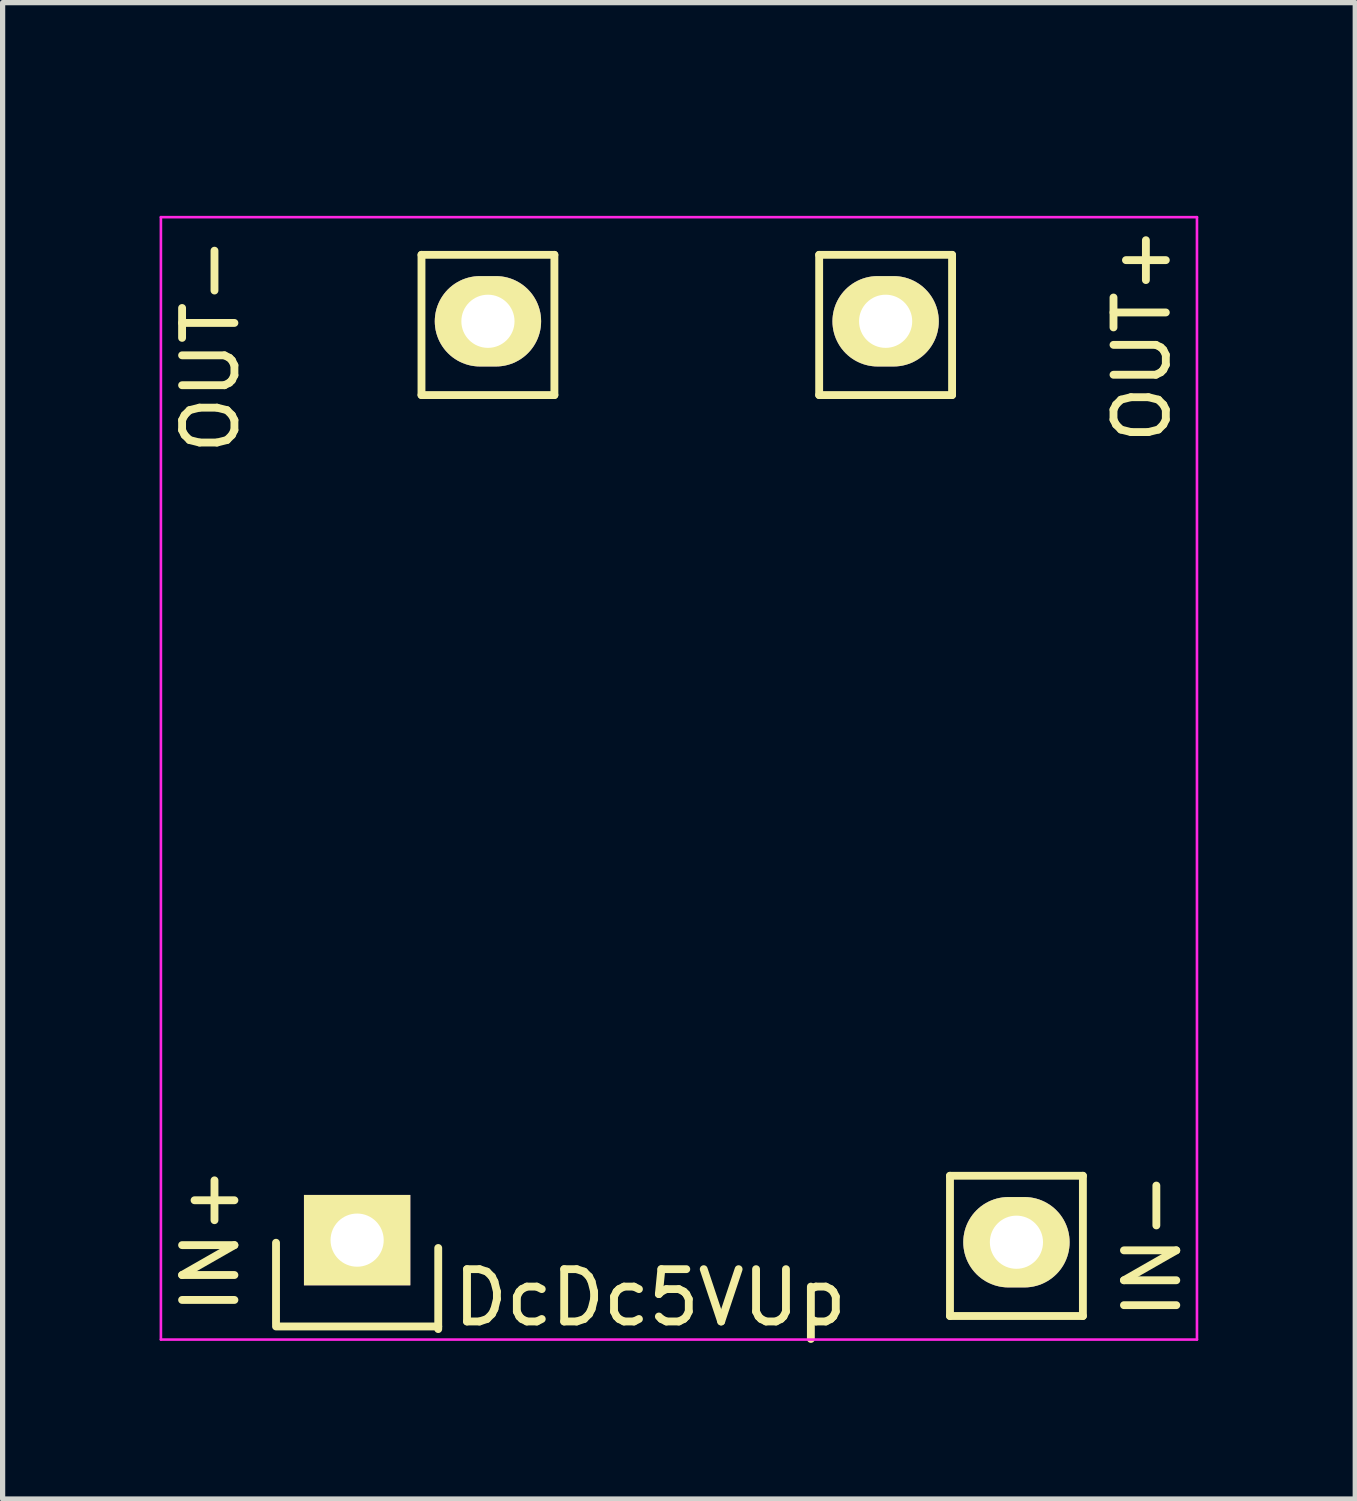
<source format=kicad_pcb>
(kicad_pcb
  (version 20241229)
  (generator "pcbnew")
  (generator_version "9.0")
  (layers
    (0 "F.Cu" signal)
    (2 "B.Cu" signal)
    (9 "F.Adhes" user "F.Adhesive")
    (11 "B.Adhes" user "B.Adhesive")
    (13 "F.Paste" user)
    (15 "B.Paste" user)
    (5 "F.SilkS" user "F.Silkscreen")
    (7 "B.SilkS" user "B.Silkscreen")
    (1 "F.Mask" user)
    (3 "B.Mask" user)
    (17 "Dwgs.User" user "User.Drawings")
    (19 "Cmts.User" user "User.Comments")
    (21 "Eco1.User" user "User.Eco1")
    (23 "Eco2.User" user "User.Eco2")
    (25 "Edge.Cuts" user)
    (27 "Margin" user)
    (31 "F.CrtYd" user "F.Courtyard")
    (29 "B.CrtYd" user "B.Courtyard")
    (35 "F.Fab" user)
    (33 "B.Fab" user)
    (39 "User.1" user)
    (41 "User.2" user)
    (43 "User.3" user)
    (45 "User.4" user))
  (footprint "DcDc5VUp"
    (layer "F.Cu")
    (at 10.075 0.25)
    (property "Reference" "DcDc5VUp" (at -0.7 21.5 0) (layer "F.SilkS") (effects (font (size 1 1) (thickness 0.15))))
    (attr through_hole)
    (fp_line (start -7.85 22) (end -7.85 20.45) (stroke (width 0.15) (type solid)) (layer "F.SilkS"))
    (fp_line (start -7.85 22.05) (end -4.75 22.05) (stroke (width 0.15) (type solid)) (layer "F.SilkS"))
    (fp_line (start -5.07 1.57) (end -5.07 4.25) (stroke (width 0.15) (type solid)) (layer "F.SilkS"))
    (fp_line (start -5.07 4.25) (end -2.53 4.25) (stroke (width 0.15) (type solid)) (layer "F.SilkS"))
    (fp_line (start -4.75 20.55) (end -4.75 22.1) (stroke (width 0.15) (type solid)) (layer "F.SilkS"))
    (fp_line (start -2.53 1.57) (end -5.07 1.57) (stroke (width 0.15) (type solid)) (layer "F.SilkS"))
    (fp_line (start -2.53 4.25) (end -2.53 1.57) (stroke (width 0.15) (type solid)) (layer "F.SilkS"))
    (fp_line (start 2.53 1.57) (end 2.53 4.25) (stroke (width 0.15) (type solid)) (layer "F.SilkS"))
    (fp_line (start 2.53 4.25) (end 5.07 4.25) (stroke (width 0.15) (type solid)) (layer "F.SilkS"))
    (fp_line (start 5.03 19.17) (end 5.03 21.85) (stroke (width 0.15) (type solid)) (layer "F.SilkS"))
    (fp_line (start 5.03 21.85) (end 7.57 21.85) (stroke (width 0.15) (type solid)) (layer "F.SilkS"))
    (fp_line (start 5.07 1.57) (end 2.53 1.57) (stroke (width 0.15) (type solid)) (layer "F.SilkS"))
    (fp_line (start 5.07 4.25) (end 5.07 1.57) (stroke (width 0.15) (type solid)) (layer "F.SilkS"))
    (fp_line (start 7.57 19.17) (end 5.03 19.17) (stroke (width 0.15) (type solid)) (layer "F.SilkS"))
    (fp_line (start 7.57 21.85) (end 7.57 19.17) (stroke (width 0.15) (type solid)) (layer "F.SilkS"))
    (fp_line (start -10.05 0.85) (end -10.05 22.3) (stroke (width 0.05) (type solid)) (layer "F.CrtYd"))
    (fp_line (start -10.05 0.85) (end 9.75 0.85) (stroke (width 0.05) (type solid)) (layer "F.CrtYd"))
    (fp_line (start -10.05 22.3) (end 9.75 22.3) (stroke (width 0.05) (type solid)) (layer "F.CrtYd"))
    (fp_line (start 9.75 0.85) (end 9.75 22.3) (stroke (width 0.05) (type solid)) (layer "F.CrtYd"))
    (fp_text user "OUT+" (at 8.7 3.1 90) (layer "F.SilkS") (effects (font (size 1 1) (thickness 0.15))))
    (fp_text user "OUT-" (at -9.1 3.3 90) (layer "F.SilkS") (effects (font (size 1 1) (thickness 0.15))))
    (fp_text user "IN-" (at 8.9 20.5 90) (layer "F.SilkS") (effects (font (size 1 1) (thickness 0.15))))
    (fp_text user "IN+" (at -9.1 20.4 90) (layer "F.SilkS") (effects (font (size 1 1) (thickness 0.15))))
    (pad "1" thru_hole rect (at -6.3 20.4) (size 2.032 1.727) (drill 1.016) (layers "*.Cu" "*.Mask" "F.SilkS"))
    (pad "2" thru_hole oval (at 6.3 20.44) (size 2.032 1.727) (drill 1.016) (layers "*.Cu" "*.Mask" "F.SilkS"))
    (pad "3" thru_hole oval (at 3.8 2.84) (size 2.032 1.727) (drill 1.016) (layers "*.Cu" "*.Mask" "F.SilkS"))
    (pad "4" thru_hole oval (at -3.8 2.84) (size 2.032 1.727) (drill 1.016) (layers "*.Cu" "*.Mask" "F.SilkS")))
  (gr_rect
    (start -3 -3)
    (end 22.85 25.598)
    (stroke (width 0.1) (type default))
    (fill no)
    (layer "Edge.Cuts")))
</source>
